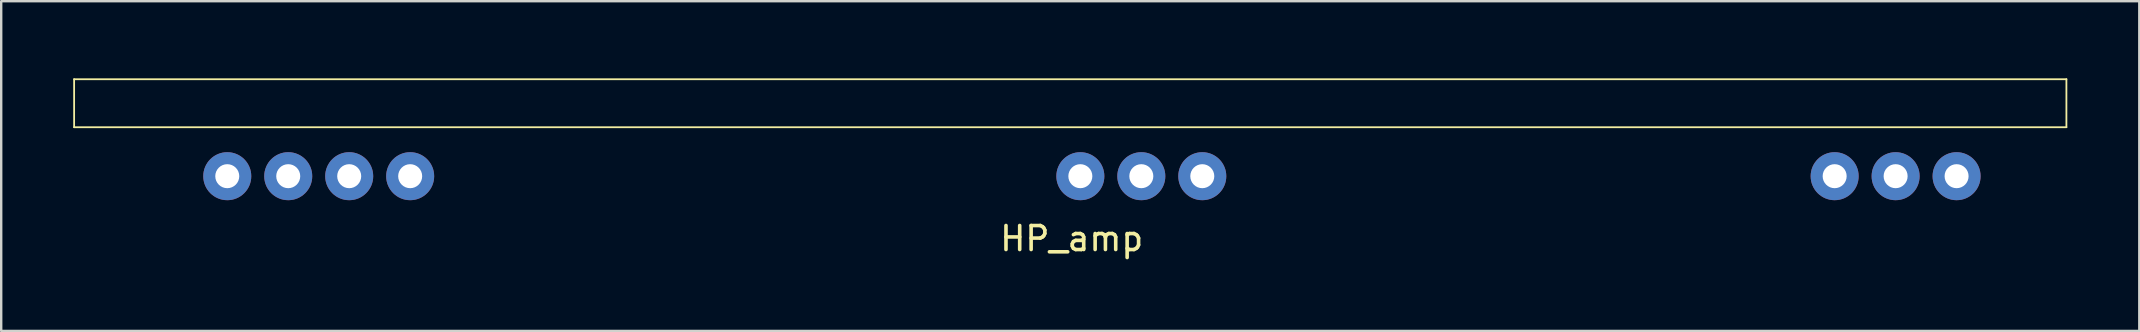
<source format=kicad_pcb>
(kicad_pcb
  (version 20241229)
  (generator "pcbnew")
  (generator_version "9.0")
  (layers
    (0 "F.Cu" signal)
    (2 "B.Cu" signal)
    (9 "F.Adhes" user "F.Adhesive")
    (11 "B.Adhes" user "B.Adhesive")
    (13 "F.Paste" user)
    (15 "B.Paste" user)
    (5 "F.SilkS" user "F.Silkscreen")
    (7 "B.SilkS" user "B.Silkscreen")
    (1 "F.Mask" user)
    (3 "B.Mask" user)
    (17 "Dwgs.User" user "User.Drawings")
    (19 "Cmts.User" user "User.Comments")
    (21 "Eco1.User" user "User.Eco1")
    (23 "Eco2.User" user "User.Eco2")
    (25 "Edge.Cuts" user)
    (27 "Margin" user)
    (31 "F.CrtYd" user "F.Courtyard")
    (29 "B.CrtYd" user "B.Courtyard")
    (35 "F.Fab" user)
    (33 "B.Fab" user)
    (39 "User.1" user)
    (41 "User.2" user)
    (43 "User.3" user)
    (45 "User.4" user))
  (footprint "HP_amp"
    (layer "F.Cu")
    (at 41.538 0.25)
    (property "Reference" "HP_amp" (at 0.06 6.64 0) (layer "F.SilkS") (effects (font (size 1 1) (thickness 0.15))))
    (attr through_hole)
    (fp_line (start -41.5 0) (end -41.5 2) (stroke (width 0.075) (type solid)) (layer "F.SilkS"))
    (fp_line (start -41.5 0) (end 41.5 0) (stroke (width 0.075) (type solid)) (layer "F.SilkS"))
    (fp_line (start -41.5 2) (end 41.5 2) (stroke (width 0.075) (type solid)) (layer "F.SilkS"))
    (fp_line (start 41.5 0) (end 41.5 2) (stroke (width 0.075) (type solid)) (layer "F.SilkS"))
    (pad "1" thru_hole circle (at 0.42 4.04) (size 2 2) (drill 1) (layers "*.Cu" "*.Mask"))
    (pad "2" thru_hole circle (at 5.5 4.04) (size 2 2) (drill 1) (layers "*.Cu" "*.Mask"))
    (pad "3" thru_hole circle (at 2.96 4.04) (size 2 2) (drill 1) (layers "*.Cu" "*.Mask"))
    (pad "4" thru_hole circle (at -27.5 4.04) (size 2 2) (drill 1) (layers "*.Cu" "*.Mask"))
    (pad "5" thru_hole circle (at -30.04 4.04) (size 2 2) (drill 1) (layers "*.Cu" "*.Mask"))
    (pad "6" thru_hole circle (at -32.58 4.04) (size 2 2) (drill 1) (layers "*.Cu" "*.Mask"))
    (pad "7" thru_hole circle (at -35.12 4.04) (size 2 2) (drill 1) (layers "*.Cu" "*.Mask"))
    (pad "8" thru_hole circle (at 31.845 4.04) (size 2 2) (drill 1) (layers "*.Cu" "*.Mask"))
    (pad "9" thru_hole circle (at 34.385 4.04) (size 2 2) (drill 1) (layers "*.Cu" "*.Mask"))
    (pad "10" thru_hole circle (at 36.925 4.04) (size 2 2) (drill 1) (layers "*.Cu" "*.Mask")))
  (gr_rect
    (start -3 -3)
    (end 86.075 10.738)
    (stroke (width 0.1) (type default))
    (fill no)
    (layer "Edge.Cuts")))
</source>
